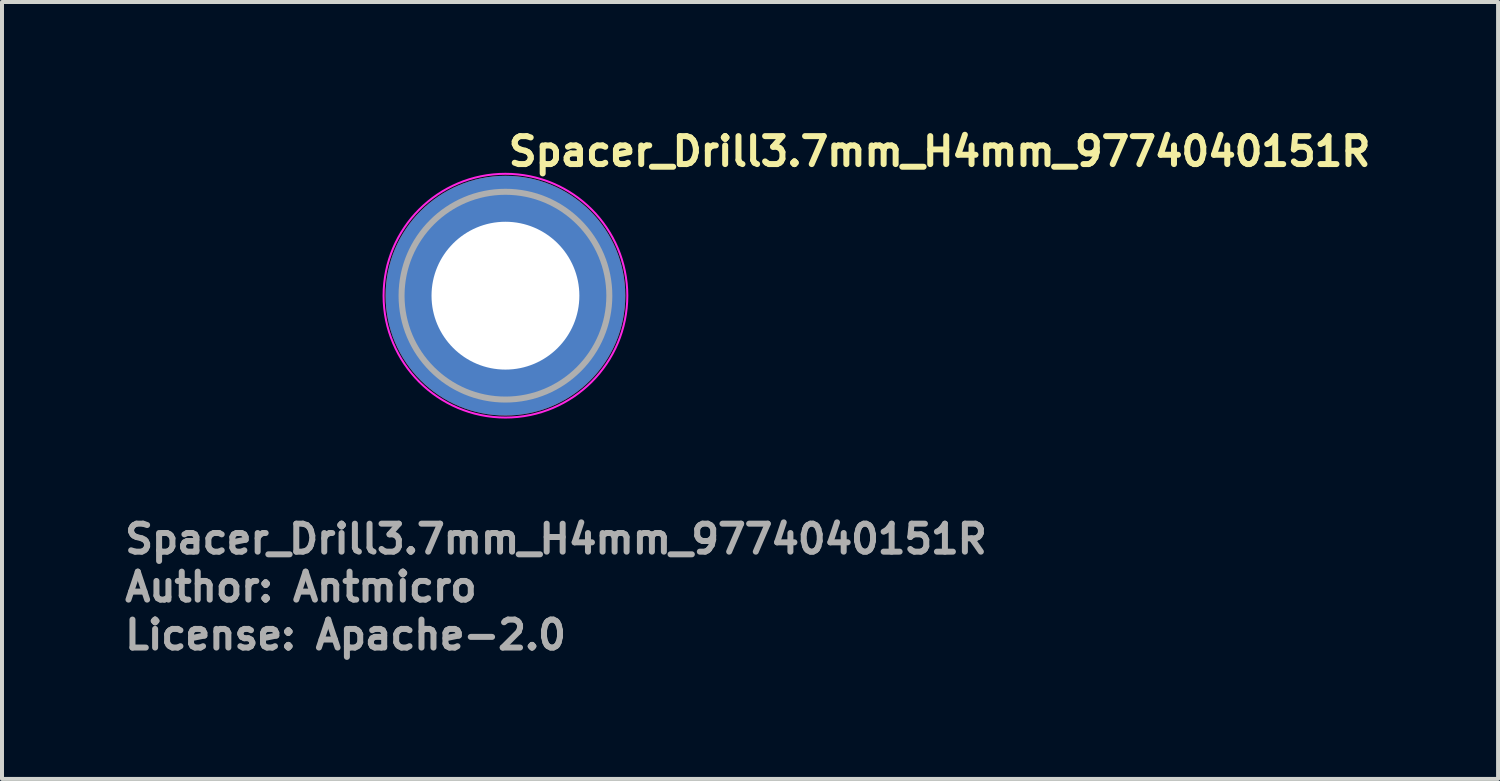
<source format=kicad_pcb>
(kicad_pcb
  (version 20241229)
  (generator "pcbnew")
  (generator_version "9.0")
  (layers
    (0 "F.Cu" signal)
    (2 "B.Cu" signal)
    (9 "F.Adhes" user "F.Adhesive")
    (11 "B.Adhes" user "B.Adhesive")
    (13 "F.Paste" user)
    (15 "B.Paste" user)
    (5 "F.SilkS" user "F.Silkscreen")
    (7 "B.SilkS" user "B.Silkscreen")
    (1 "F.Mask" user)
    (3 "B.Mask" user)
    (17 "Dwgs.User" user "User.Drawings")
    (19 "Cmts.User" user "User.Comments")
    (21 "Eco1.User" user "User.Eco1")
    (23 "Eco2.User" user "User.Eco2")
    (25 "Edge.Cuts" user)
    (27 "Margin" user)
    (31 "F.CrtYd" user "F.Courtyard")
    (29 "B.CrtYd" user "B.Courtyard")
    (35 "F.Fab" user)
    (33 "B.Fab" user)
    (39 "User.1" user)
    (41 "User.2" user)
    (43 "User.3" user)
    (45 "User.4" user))
  (footprint "Spacer_Drill3.7mm_H4mm_9774040151R"
    (layer "F.Cu")
    (at 9.6 4.35)
    (property "Reference" "Spacer_Drill3.7mm_H4mm_9774040151R" (at 0 -3.2 0) (layer "F.SilkS") (effects (font (size 0.7 0.7) (thickness 0.15)) (justify left bottom)))
    (attr smd)
    (fp_circle (center 0 0) (end 3.05 0) (stroke (width 0.05) (type solid)) (fill no) (layer "F.CrtYd"))
    (fp_circle (center 0 0) (end 2.6 0) (stroke (width 0.15) (type solid)) (fill no) (layer "F.Fab"))
    (fp_circle (center 0 0) (end 2.6 0) (stroke (width 0.1) (type solid)) (fill no) (layer "User.5"))
    (fp_circle (center 0 0) (end 1 0) (stroke (width 0.02) (type default)) (fill no) (layer "User.9"))
    (fp_circle (center 0 0) (end 2.55 0) (stroke (width 0.02) (type default)) (fill no) (layer "User.9"))
    (fp_text user "${REFERENCE}" (at -9.6 6.5 0) (layer "F.Fab") (effects (font (size 0.7 0.7) (thickness 0.15)) (justify left bottom)))
    (fp_text user "Author: Antmicro" (at -9.6 7.7 0) (layer "F.Fab") (effects (font (size 0.7 0.7) (thickness 0.15)) (justify left bottom)))
    (fp_text user "License: Apache-2.0" (at -9.6 8.9 0) (layer "F.Fab") (effects (font (size 0.7 0.7) (thickness 0.15)) (justify left bottom)))
    (pad "" smd custom (at -1.7 -1.7) (size 0.62 0.62) (layers "F.Paste") (options (anchor circle)) (primitives (gr_arc (start -0.250195 1.279127) (mid 0.285453 0.294389) (end 1.266786 -0.24747) (width 0.2)) (gr_arc (start -0.34334 1.279127) (mid 0.218448 0.232561) (end 1.259603 -0.339191) (width 0.2)) (gr_arc (start -0.436309 1.279127) (mid 0.152481 0.169693) (end 1.255279 -0.431435) (width 0.2)) (gr_arc (start -0.529126 1.279127) (mid 0.087542 0.105784) (end 1.253811 -0.524161) (width 0.2)) (gr_arc (start -0.621807 1.279127) (mid 0.0309 0.033527) (end 1.275473 -0.621136) (width 0.2)) (gr_arc (start -0.71437 1.279127) (mid -0.037758 -0.026651) (end 1.263664 -0.711602) (width 0.2)) (gr_arc (start -0.806826 1.279127) (mid -0.105837 -0.087395) (end 1.253435 -0.802342) (width 0.2)) (gr_arc (start -0.899187 1.279127) (mid -0.165236 -0.156885) (end 1.267475 -0.897258) (width 0.2)) (gr_arc (start -0.991463 1.279127) (mid -0.228522 -0.222449) (end 1.270645 -0.990112) (width 0.2)) (gr_arc (start -1.083663 1.279127) (mid -0.294507 -0.285313) (end 1.266278 -1.081674) (width 0.2)) (gr_line (start 1.279 -0.25) (end 1.279 -1.084) (width 0.2)) (gr_line (start -0.25 1.279) (end -1.084 1.279) (width 0.2))))
    (pad "" smd custom (at -1.7 1.7 90) (size 0.62 0.62) (layers "F.Paste") (options (anchor circle)) (primitives (gr_arc (start -0.250195 1.279127) (mid 0.285453 0.294389) (end 1.266786 -0.24747) (width 0.2)) (gr_arc (start -0.34334 1.279127) (mid 0.218448 0.232561) (end 1.259603 -0.339191) (width 0.2)) (gr_arc (start -0.436309 1.279127) (mid 0.152481 0.169693) (end 1.255279 -0.431435) (width 0.2)) (gr_arc (start -0.529126 1.279127) (mid 0.087542 0.105784) (end 1.253811 -0.524161) (width 0.2)) (gr_arc (start -0.621807 1.279127) (mid 0.0309 0.033527) (end 1.275473 -0.621136) (width 0.2)) (gr_arc (start -0.71437 1.279127) (mid -0.037758 -0.026651) (end 1.263664 -0.711602) (width 0.2)) (gr_arc (start -0.806826 1.279127) (mid -0.105837 -0.087395) (end 1.253435 -0.802342) (width 0.2)) (gr_arc (start -0.899187 1.279127) (mid -0.165236 -0.156885) (end 1.267475 -0.897258) (width 0.2)) (gr_arc (start -0.991463 1.279127) (mid -0.228522 -0.222449) (end 1.270645 -0.990112) (width 0.2)) (gr_arc (start -1.083663 1.279127) (mid -0.294507 -0.285313) (end 1.266278 -1.081674) (width 0.2)) (gr_line (start 1.279 -0.25) (end 1.279 -1.084) (width 0.2)) (gr_line (start -0.25 1.279) (end -1.084 1.279) (width 0.2))))
    (pad "" smd custom (at 1.7 -1.7 270) (size 0.62 0.62) (layers "F.Paste") (options (anchor circle)) (primitives (gr_arc (start -0.250195 1.279127) (mid 0.285453 0.294389) (end 1.266786 -0.24747) (width 0.2)) (gr_arc (start -0.34334 1.279127) (mid 0.218448 0.232561) (end 1.259603 -0.339191) (width 0.2)) (gr_arc (start -0.436309 1.279127) (mid 0.152481 0.169693) (end 1.255279 -0.431435) (width 0.2)) (gr_arc (start -0.529126 1.279127) (mid 0.087542 0.105784) (end 1.253811 -0.524161) (width 0.2)) (gr_arc (start -0.621807 1.279127) (mid 0.0309 0.033527) (end 1.275473 -0.621136) (width 0.2)) (gr_arc (start -0.71437 1.279127) (mid -0.037758 -0.026651) (end 1.263664 -0.711602) (width 0.2)) (gr_arc (start -0.806826 1.279127) (mid -0.105837 -0.087395) (end 1.253435 -0.802342) (width 0.2)) (gr_arc (start -0.899187 1.279127) (mid -0.165236 -0.156885) (end 1.267475 -0.897258) (width 0.2)) (gr_arc (start -0.991463 1.279127) (mid -0.228522 -0.222449) (end 1.270645 -0.990112) (width 0.2)) (gr_arc (start -1.083663 1.279127) (mid -0.294507 -0.285313) (end 1.266278 -1.081674) (width 0.2)) (gr_line (start 1.279 -0.25) (end 1.279 -1.084) (width 0.2)) (gr_line (start -0.25 1.279) (end -1.084 1.279) (width 0.2))))
    (pad "" smd custom (at 1.7 1.7 180) (size 0.62 0.62) (layers "F.Paste") (options (anchor circle)) (primitives (gr_arc (start -0.250195 1.279127) (mid 0.285453 0.294389) (end 1.266786 -0.24747) (width 0.2)) (gr_arc (start -0.34334 1.279127) (mid 0.218448 0.232561) (end 1.259603 -0.339191) (width 0.2)) (gr_arc (start -0.436309 1.279127) (mid 0.152481 0.169693) (end 1.255279 -0.431435) (width 0.2)) (gr_arc (start -0.529126 1.279127) (mid 0.087542 0.105784) (end 1.253811 -0.524161) (width 0.2)) (gr_arc (start -0.621807 1.279127) (mid 0.0309 0.033527) (end 1.275473 -0.621136) (width 0.2)) (gr_arc (start -0.71437 1.279127) (mid -0.037758 -0.026651) (end 1.263664 -0.711602) (width 0.2)) (gr_arc (start -0.806826 1.279127) (mid -0.105837 -0.087395) (end 1.253435 -0.802342) (width 0.2)) (gr_arc (start -0.899187 1.279127) (mid -0.165236 -0.156885) (end 1.267475 -0.897258) (width 0.2)) (gr_arc (start -0.991463 1.279127) (mid -0.228522 -0.222449) (end 1.270645 -0.990112) (width 0.2)) (gr_arc (start -1.083663 1.279127) (mid -0.294507 -0.285313) (end 1.266278 -1.081674) (width 0.2)) (gr_line (start 1.279 -0.25) (end 1.279 -1.084) (width 0.2)) (gr_line (start -0.25 1.279) (end -1.084 1.279) (width 0.2))))
    (pad "1" thru_hole circle (at 0 0) (size 6 6) (drill 3.7) (layers "*.Cu" "*.Mask")))
  (gr_rect
    (start -3 -3)
    (end 34.443 16.445)
    (stroke (width 0.1) (type default))
    (fill no)
    (layer "Edge.Cuts")))
</source>
